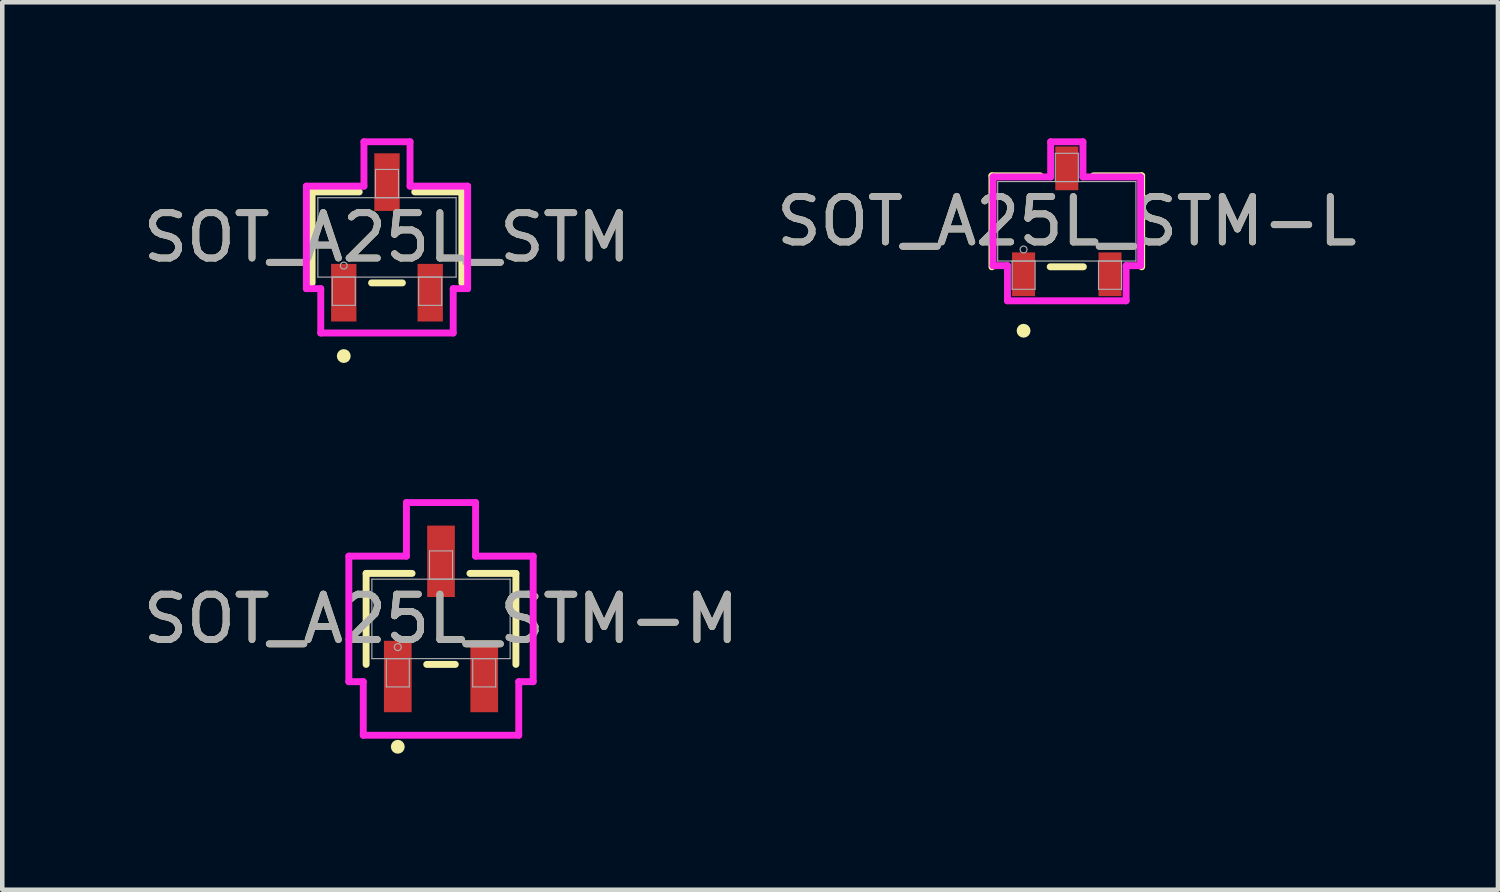
<source format=kicad_pcb>
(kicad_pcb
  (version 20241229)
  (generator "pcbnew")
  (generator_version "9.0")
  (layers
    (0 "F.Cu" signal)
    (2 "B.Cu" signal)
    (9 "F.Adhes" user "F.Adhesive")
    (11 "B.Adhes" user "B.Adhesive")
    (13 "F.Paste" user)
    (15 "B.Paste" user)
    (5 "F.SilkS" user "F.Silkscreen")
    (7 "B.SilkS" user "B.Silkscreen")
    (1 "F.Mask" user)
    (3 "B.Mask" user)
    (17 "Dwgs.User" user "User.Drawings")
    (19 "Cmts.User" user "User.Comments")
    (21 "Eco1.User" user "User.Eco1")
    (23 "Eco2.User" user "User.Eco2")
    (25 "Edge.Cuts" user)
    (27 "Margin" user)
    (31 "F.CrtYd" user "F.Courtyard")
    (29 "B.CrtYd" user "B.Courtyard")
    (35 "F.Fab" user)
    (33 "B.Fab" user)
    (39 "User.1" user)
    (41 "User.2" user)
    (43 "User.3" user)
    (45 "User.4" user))
  (footprint "SOT_A25L_STM"
    (layer "F.Cu")
    (at 5.482 2.184)
    (property "Reference" "SOT_A25L_STM" (at 0 0 0) (unlocked yes) (layer "F.SilkS") (effects (font (size 1 1) (thickness 0.15))))
    (attr smd)
    (fp_line (start -1.651 -1.003) (end -1.651 1.003) (stroke (width 0.152) (type solid)) (layer "F.SilkS"))
    (fp_line (start -0.612 -1.003) (end -1.651 -1.003) (stroke (width 0.152) (type solid)) (layer "F.SilkS"))
    (fp_line (start -0.34 1.003) (end 0.34 1.003) (stroke (width 0.152) (type solid)) (layer "F.SilkS"))
    (fp_line (start 1.651 -1.003) (end 0.612 -1.003) (stroke (width 0.152) (type solid)) (layer "F.SilkS"))
    (fp_line (start 1.651 1.003) (end 1.651 -1.003) (stroke (width 0.152) (type solid)) (layer "F.SilkS"))
    (fp_circle (center -0.953 2.616) (end -0.876 2.616) (stroke (width 0.152) (type solid)) (fill no) (layer "F.SilkS"))
    (fp_line (start -1.778 -1.13) (end -0.508 -1.13) (stroke (width 0.152) (type solid)) (layer "F.CrtYd"))
    (fp_line (start -1.778 1.13) (end -1.778 -1.13) (stroke (width 0.152) (type solid)) (layer "F.CrtYd"))
    (fp_line (start -1.778 1.13) (end -1.46 1.13) (stroke (width 0.152) (type solid)) (layer "F.CrtYd"))
    (fp_line (start -1.46 1.13) (end -1.46 2.108) (stroke (width 0.152) (type solid)) (layer "F.CrtYd"))
    (fp_line (start -1.46 2.108) (end 1.46 2.108) (stroke (width 0.152) (type solid)) (layer "F.CrtYd"))
    (fp_line (start -0.508 -2.108) (end 0.508 -2.108) (stroke (width 0.152) (type solid)) (layer "F.CrtYd"))
    (fp_line (start -0.508 -1.13) (end -0.508 -2.108) (stroke (width 0.152) (type solid)) (layer "F.CrtYd"))
    (fp_line (start 0.508 -1.13) (end 0.508 -2.108) (stroke (width 0.152) (type solid)) (layer "F.CrtYd"))
    (fp_line (start 1.46 1.13) (end 1.46 2.108) (stroke (width 0.152) (type solid)) (layer "F.CrtYd"))
    (fp_line (start 1.778 -1.13) (end 0.508 -1.13) (stroke (width 0.152) (type solid)) (layer "F.CrtYd"))
    (fp_line (start 1.778 -1.13) (end 1.778 1.13) (stroke (width 0.152) (type solid)) (layer "F.CrtYd"))
    (fp_line (start 1.778 1.13) (end 1.46 1.13) (stroke (width 0.152) (type solid)) (layer "F.CrtYd"))
    (fp_line (start -1.524 -0.876) (end -1.524 0.876) (stroke (width 0.025) (type solid)) (layer "F.Fab"))
    (fp_line (start -1.524 0.876) (end 1.524 0.876) (stroke (width 0.025) (type solid)) (layer "F.Fab"))
    (fp_line (start -1.206 0.876) (end -1.206 1.499) (stroke (width 0.025) (type solid)) (layer "F.Fab"))
    (fp_line (start -1.206 1.499) (end -0.699 1.499) (stroke (width 0.025) (type solid)) (layer "F.Fab"))
    (fp_line (start -0.699 0.876) (end -1.206 0.876) (stroke (width 0.025) (type solid)) (layer "F.Fab"))
    (fp_line (start -0.699 1.499) (end -0.699 0.876) (stroke (width 0.025) (type solid)) (layer "F.Fab"))
    (fp_line (start -0.254 -1.499) (end -0.254 -0.876) (stroke (width 0.025) (type solid)) (layer "F.Fab"))
    (fp_line (start -0.254 -0.876) (end 0.254 -0.876) (stroke (width 0.025) (type solid)) (layer "F.Fab"))
    (fp_line (start 0.254 -1.499) (end -0.254 -1.499) (stroke (width 0.025) (type solid)) (layer "F.Fab"))
    (fp_line (start 0.254 -0.876) (end 0.254 -1.499) (stroke (width 0.025) (type solid)) (layer "F.Fab"))
    (fp_line (start 0.699 0.876) (end 0.699 1.499) (stroke (width 0.025) (type solid)) (layer "F.Fab"))
    (fp_line (start 0.699 1.499) (end 1.206 1.499) (stroke (width 0.025) (type solid)) (layer "F.Fab"))
    (fp_line (start 1.206 0.876) (end 0.699 0.876) (stroke (width 0.025) (type solid)) (layer "F.Fab"))
    (fp_line (start 1.206 1.499) (end 1.206 0.876) (stroke (width 0.025) (type solid)) (layer "F.Fab"))
    (fp_line (start 1.524 -0.876) (end -1.524 -0.876) (stroke (width 0.025) (type solid)) (layer "F.Fab"))
    (fp_line (start 1.524 0.876) (end 1.524 -0.876) (stroke (width 0.025) (type solid)) (layer "F.Fab"))
    (fp_circle (center -0.953 0.622) (end -0.876 0.622) (stroke (width 0.025) (type solid)) (fill no) (layer "F.Fab"))
    (fp_text user "${REFERENCE}" (at 0 0 0) (unlocked yes) (layer "F.Fab") (effects (font (size 1 1) (thickness 0.15))))
    (pad "1" smd rect (at -0.953 1.219) (size 0.559 1.27) (layers "F.Cu" "F.Mask" "F.Paste"))
    (pad "2" smd rect (at 0.953 1.219) (size 0.559 1.27) (layers "F.Cu" "F.Mask" "F.Paste"))
    (pad "3" smd rect (at 0 -1.219) (size 0.559 1.27) (layers "F.Cu" "F.Mask" "F.Paste")))
  (footprint "SOT_A25L_STM-L"
    (layer "F.Cu")
    (at 20.47 1.829)
    (property "Reference" "SOT_A25L_STM-L" (at 0 0 0) (unlocked yes) (layer "F.SilkS") (effects (font (size 1 1) (thickness 0.15))))
    (attr smd)
    (fp_line (start -1.651 -1.003) (end -1.651 1.003) (stroke (width 0.152) (type solid)) (layer "F.SilkS"))
    (fp_line (start -0.587 -1.003) (end -1.651 -1.003) (stroke (width 0.152) (type solid)) (layer "F.SilkS"))
    (fp_line (start -0.366 1.003) (end 0.366 1.003) (stroke (width 0.152) (type solid)) (layer "F.SilkS"))
    (fp_line (start 1.651 -1.003) (end 0.587 -1.003) (stroke (width 0.152) (type solid)) (layer "F.SilkS"))
    (fp_line (start 1.651 1.003) (end 1.651 -1.003) (stroke (width 0.152) (type solid)) (layer "F.SilkS"))
    (fp_circle (center -0.953 2.413) (end -0.876 2.413) (stroke (width 0.152) (type solid)) (fill no) (layer "F.SilkS"))
    (fp_line (start -1.626 -0.978) (end -0.356 -0.978) (stroke (width 0.152) (type solid)) (layer "F.CrtYd"))
    (fp_line (start -1.626 0.978) (end -1.626 -0.978) (stroke (width 0.152) (type solid)) (layer "F.CrtYd"))
    (fp_line (start -1.626 0.978) (end -1.308 0.978) (stroke (width 0.152) (type solid)) (layer "F.CrtYd"))
    (fp_line (start -1.308 0.978) (end -1.308 1.753) (stroke (width 0.152) (type solid)) (layer "F.CrtYd"))
    (fp_line (start -1.308 1.753) (end 1.308 1.753) (stroke (width 0.152) (type solid)) (layer "F.CrtYd"))
    (fp_line (start -0.356 -1.753) (end 0.356 -1.753) (stroke (width 0.152) (type solid)) (layer "F.CrtYd"))
    (fp_line (start -0.356 -0.978) (end -0.356 -1.753) (stroke (width 0.152) (type solid)) (layer "F.CrtYd"))
    (fp_line (start 0.356 -0.978) (end 0.356 -1.753) (stroke (width 0.152) (type solid)) (layer "F.CrtYd"))
    (fp_line (start 1.308 0.978) (end 1.308 1.753) (stroke (width 0.152) (type solid)) (layer "F.CrtYd"))
    (fp_line (start 1.626 -0.978) (end 0.356 -0.978) (stroke (width 0.152) (type solid)) (layer "F.CrtYd"))
    (fp_line (start 1.626 -0.978) (end 1.626 0.978) (stroke (width 0.152) (type solid)) (layer "F.CrtYd"))
    (fp_line (start 1.626 0.978) (end 1.308 0.978) (stroke (width 0.152) (type solid)) (layer "F.CrtYd"))
    (fp_line (start -1.524 -0.876) (end -1.524 0.876) (stroke (width 0.025) (type solid)) (layer "F.Fab"))
    (fp_line (start -1.524 0.876) (end 1.524 0.876) (stroke (width 0.025) (type solid)) (layer "F.Fab"))
    (fp_line (start -1.206 0.876) (end -1.206 1.499) (stroke (width 0.025) (type solid)) (layer "F.Fab"))
    (fp_line (start -1.206 1.499) (end -0.699 1.499) (stroke (width 0.025) (type solid)) (layer "F.Fab"))
    (fp_line (start -0.699 0.876) (end -1.206 0.876) (stroke (width 0.025) (type solid)) (layer "F.Fab"))
    (fp_line (start -0.699 1.499) (end -0.699 0.876) (stroke (width 0.025) (type solid)) (layer "F.Fab"))
    (fp_line (start -0.254 -1.499) (end -0.254 -0.876) (stroke (width 0.025) (type solid)) (layer "F.Fab"))
    (fp_line (start -0.254 -0.876) (end 0.254 -0.876) (stroke (width 0.025) (type solid)) (layer "F.Fab"))
    (fp_line (start 0.254 -1.499) (end -0.254 -1.499) (stroke (width 0.025) (type solid)) (layer "F.Fab"))
    (fp_line (start 0.254 -0.876) (end 0.254 -1.499) (stroke (width 0.025) (type solid)) (layer "F.Fab"))
    (fp_line (start 0.699 0.876) (end 0.699 1.499) (stroke (width 0.025) (type solid)) (layer "F.Fab"))
    (fp_line (start 0.699 1.499) (end 1.206 1.499) (stroke (width 0.025) (type solid)) (layer "F.Fab"))
    (fp_line (start 1.206 0.876) (end 0.699 0.876) (stroke (width 0.025) (type solid)) (layer "F.Fab"))
    (fp_line (start 1.206 1.499) (end 1.206 0.876) (stroke (width 0.025) (type solid)) (layer "F.Fab"))
    (fp_line (start 1.524 -0.876) (end -1.524 -0.876) (stroke (width 0.025) (type solid)) (layer "F.Fab"))
    (fp_line (start 1.524 0.876) (end 1.524 -0.876) (stroke (width 0.025) (type solid)) (layer "F.Fab"))
    (fp_circle (center -0.953 0.622) (end -0.876 0.622) (stroke (width 0.025) (type solid)) (fill no) (layer "F.Fab"))
    (fp_text user "${REFERENCE}" (at 0 0 0) (unlocked yes) (layer "F.Fab") (effects (font (size 1 1) (thickness 0.15))))
    (pad "1" smd rect (at -0.953 1.168) (size 0.508 0.965) (layers "F.Cu" "F.Mask" "F.Paste"))
    (pad "2" smd rect (at 0.953 1.168) (size 0.508 0.965) (layers "F.Cu" "F.Mask" "F.Paste"))
    (pad "3" smd rect (at 0 -1.168) (size 0.508 0.965) (layers "F.Cu" "F.Mask" "F.Paste")))
  (footprint "SOT_A25L_STM-M"
    (layer "F.Cu")
    (at 6.673 10.595)
    (property "Reference" "SOT_A25L_STM-M" (at 0 0 0) (unlocked yes) (layer "F.SilkS") (effects (font (size 1 1) (thickness 0.15))))
    (attr smd)
    (fp_line (start -1.651 -1.003) (end -1.651 1.003) (stroke (width 0.152) (type solid)) (layer "F.SilkS"))
    (fp_line (start -0.638 -1.003) (end -1.651 -1.003) (stroke (width 0.152) (type solid)) (layer "F.SilkS"))
    (fp_line (start -0.315 1.003) (end 0.315 1.003) (stroke (width 0.152) (type solid)) (layer "F.SilkS"))
    (fp_line (start 1.651 -1.003) (end 0.638 -1.003) (stroke (width 0.152) (type solid)) (layer "F.SilkS"))
    (fp_line (start 1.651 1.003) (end 1.651 -1.003) (stroke (width 0.152) (type solid)) (layer "F.SilkS"))
    (fp_circle (center -0.953 2.819) (end -0.876 2.819) (stroke (width 0.152) (type solid)) (fill no) (layer "F.SilkS"))
    (fp_line (start -2.032 -1.384) (end -0.762 -1.384) (stroke (width 0.152) (type solid)) (layer "F.CrtYd"))
    (fp_line (start -2.032 1.384) (end -2.032 -1.384) (stroke (width 0.152) (type solid)) (layer "F.CrtYd"))
    (fp_line (start -2.032 1.384) (end -1.714 1.384) (stroke (width 0.152) (type solid)) (layer "F.CrtYd"))
    (fp_line (start -1.714 1.384) (end -1.714 2.565) (stroke (width 0.152) (type solid)) (layer "F.CrtYd"))
    (fp_line (start -1.714 2.565) (end 1.714 2.565) (stroke (width 0.152) (type solid)) (layer "F.CrtYd"))
    (fp_line (start -0.762 -2.565) (end 0.762 -2.565) (stroke (width 0.152) (type solid)) (layer "F.CrtYd"))
    (fp_line (start -0.762 -1.384) (end -0.762 -2.565) (stroke (width 0.152) (type solid)) (layer "F.CrtYd"))
    (fp_line (start 0.762 -1.384) (end 0.762 -2.565) (stroke (width 0.152) (type solid)) (layer "F.CrtYd"))
    (fp_line (start 1.714 1.384) (end 1.714 2.565) (stroke (width 0.152) (type solid)) (layer "F.CrtYd"))
    (fp_line (start 2.032 -1.384) (end 0.762 -1.384) (stroke (width 0.152) (type solid)) (layer "F.CrtYd"))
    (fp_line (start 2.032 -1.384) (end 2.032 1.384) (stroke (width 0.152) (type solid)) (layer "F.CrtYd"))
    (fp_line (start 2.032 1.384) (end 1.714 1.384) (stroke (width 0.152) (type solid)) (layer "F.CrtYd"))
    (fp_line (start -1.524 -0.876) (end -1.524 0.876) (stroke (width 0.025) (type solid)) (layer "F.Fab"))
    (fp_line (start -1.524 0.876) (end 1.524 0.876) (stroke (width 0.025) (type solid)) (layer "F.Fab"))
    (fp_line (start -1.206 0.876) (end -1.206 1.499) (stroke (width 0.025) (type solid)) (layer "F.Fab"))
    (fp_line (start -1.206 1.499) (end -0.699 1.499) (stroke (width 0.025) (type solid)) (layer "F.Fab"))
    (fp_line (start -0.699 0.876) (end -1.206 0.876) (stroke (width 0.025) (type solid)) (layer "F.Fab"))
    (fp_line (start -0.699 1.499) (end -0.699 0.876) (stroke (width 0.025) (type solid)) (layer "F.Fab"))
    (fp_line (start -0.254 -1.499) (end -0.254 -0.876) (stroke (width 0.025) (type solid)) (layer "F.Fab"))
    (fp_line (start -0.254 -0.876) (end 0.254 -0.876) (stroke (width 0.025) (type solid)) (layer "F.Fab"))
    (fp_line (start 0.254 -1.499) (end -0.254 -1.499) (stroke (width 0.025) (type solid)) (layer "F.Fab"))
    (fp_line (start 0.254 -0.876) (end 0.254 -1.499) (stroke (width 0.025) (type solid)) (layer "F.Fab"))
    (fp_line (start 0.699 0.876) (end 0.699 1.499) (stroke (width 0.025) (type solid)) (layer "F.Fab"))
    (fp_line (start 0.699 1.499) (end 1.206 1.499) (stroke (width 0.025) (type solid)) (layer "F.Fab"))
    (fp_line (start 1.206 0.876) (end 0.699 0.876) (stroke (width 0.025) (type solid)) (layer "F.Fab"))
    (fp_line (start 1.206 1.499) (end 1.206 0.876) (stroke (width 0.025) (type solid)) (layer "F.Fab"))
    (fp_line (start 1.524 -0.876) (end -1.524 -0.876) (stroke (width 0.025) (type solid)) (layer "F.Fab"))
    (fp_line (start 1.524 0.876) (end 1.524 -0.876) (stroke (width 0.025) (type solid)) (layer "F.Fab"))
    (fp_circle (center -0.953 0.622) (end -0.876 0.622) (stroke (width 0.025) (type solid)) (fill no) (layer "F.Fab"))
    (fp_text user "${REFERENCE}" (at 0 0 0) (unlocked yes) (layer "F.Fab") (effects (font (size 1 1) (thickness 0.15))))
    (pad "1" smd rect (at -0.953 1.27) (size 0.61 1.575) (layers "F.Cu" "F.Mask" "F.Paste"))
    (pad "2" smd rect (at 0.953 1.27) (size 0.61 1.575) (layers "F.Cu" "F.Mask" "F.Paste"))
    (pad "3" smd rect (at 0 -1.27) (size 0.61 1.575) (layers "F.Cu" "F.Mask" "F.Paste")))
  (gr_rect
    (start -3 -3)
    (end 29.976 16.566)
    (stroke (width 0.1) (type default))
    (fill no)
    (layer "Edge.Cuts")))
</source>
